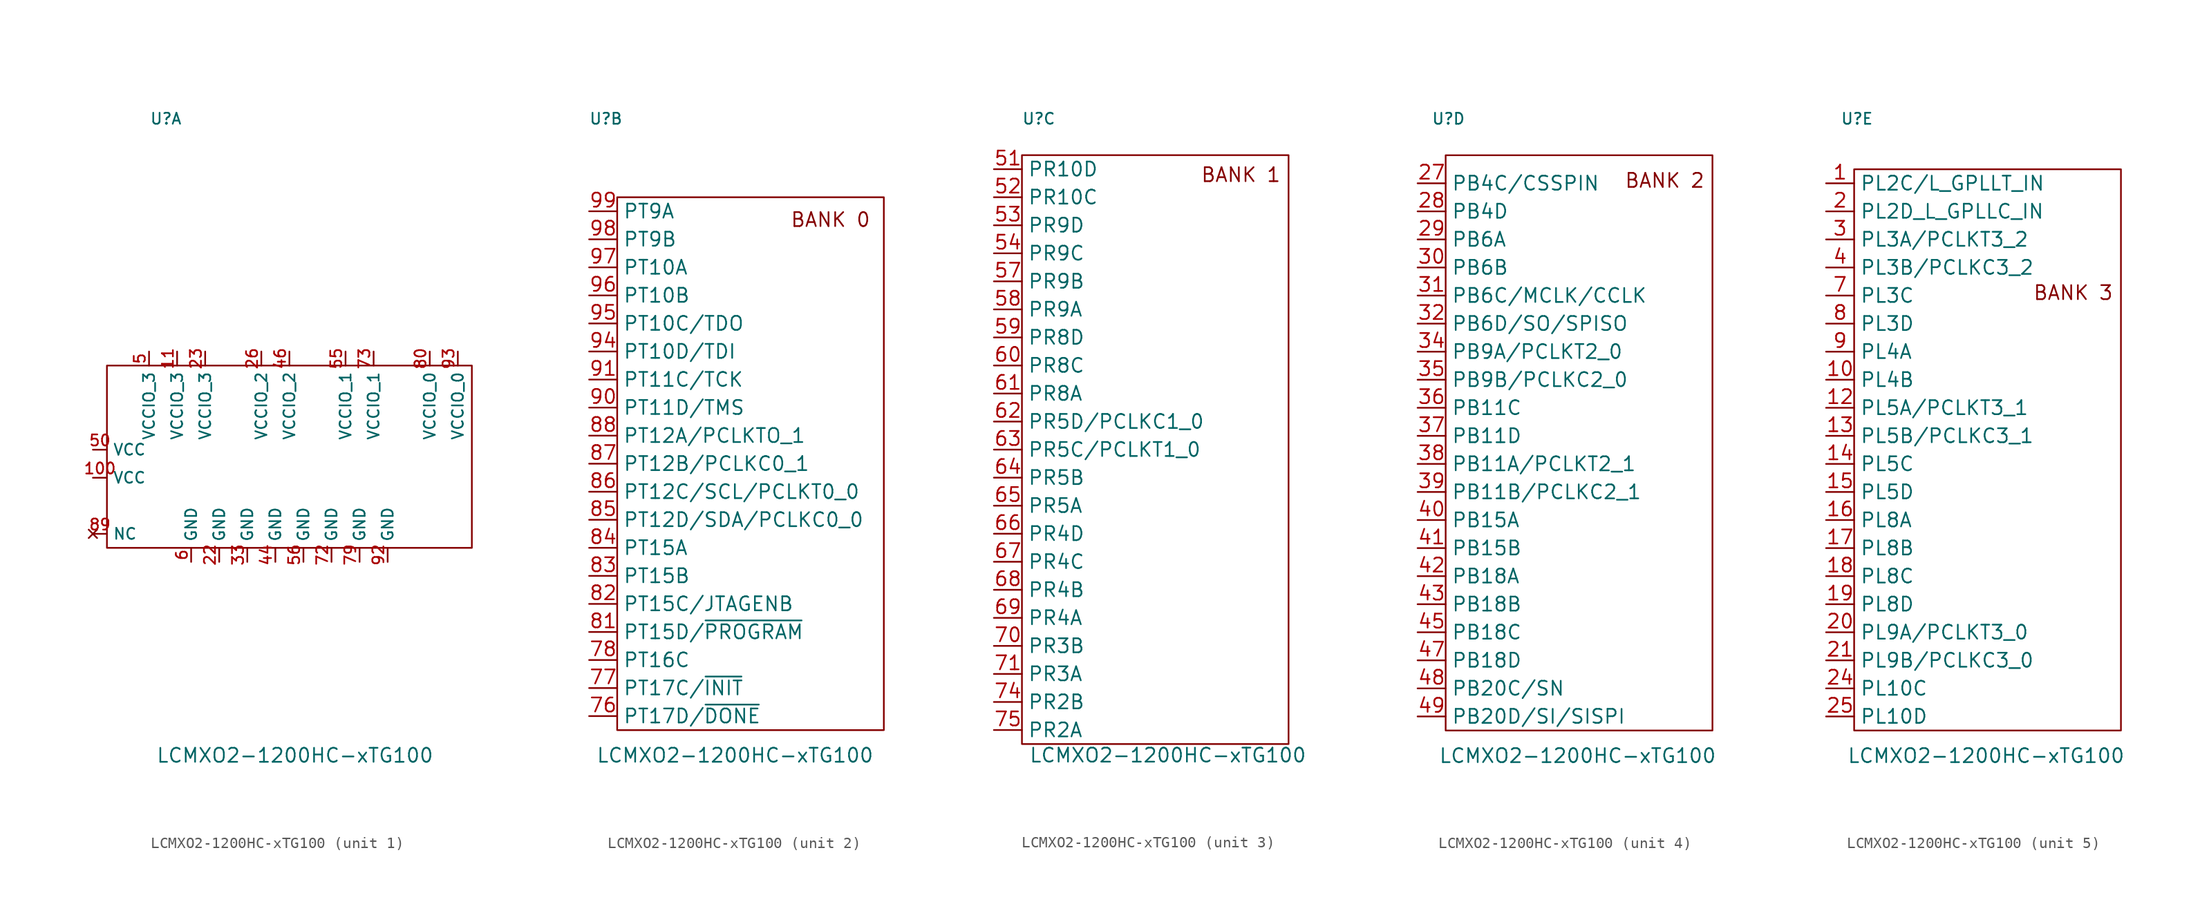
<source format=kicad_sym>
(kicad_symbol_lib
  (version 20241209)
  (generator "kicad_symbol_editor")
  (generator_version "9.0")
  (symbol "LCMXO2-1200HC-xTG100"
    (property "Reference" "U"
      (at -11.176 29.972 0)
      (effects (font (size 1 1))))
    (property "Value" "LCMXO2-1200HC-xTG100"
      (at 0.508 -27.686 0)
      (effects (font (size 1.27 1.27))))
    (property "ki_locked" ""
      (at 0 0 0)
      (effects (font (size 1.27 1.27))))
    (symbol "LCMXO2-1200HC-xTG100_1_1"
      (rectangle (start -16.51 7.62) (end 16.51 -8.89) (stroke (width 0) (type default)) (fill (type none)))
      (pin power_in line (at -17.78 0 0) (length 1.27) (name "VCC" (effects (font (size 1 1)))) (number "50" (effects (font (size 1 1)))))
      (pin power_in line (at -17.78 -2.54 0) (length 1.27) (name "VCC" (effects (font (size 1 1)))) (number "100" (effects (font (size 1 1)))))
      (pin no_connect line (at -17.78 -7.62 0) (length 1.27) (name "NC" (effects (font (size 1 1)))) (number "89" (effects (font (size 1 1)))))
      (pin power_in line (at -12.7 8.89 270) (length 1.27) (name "VCCIO_3" (effects (font (size 1 1)))) (number "5" (effects (font (size 1 1)))))
      (pin power_in line (at -10.16 8.89 270) (length 1.27) (name "VCCIO_3" (effects (font (size 1 1)))) (number "11" (effects (font (size 1 1)))))
      (pin power_in line (at -8.89 -10.16 90) (length 1.27) (name "GND" (effects (font (size 1 1)))) (number "6" (effects (font (size 1 1)))))
      (pin power_in line (at -7.62 8.89 270) (length 1.27) (name "VCCIO_3" (effects (font (size 1 1)))) (number "23" (effects (font (size 1 1)))))
      (pin power_in line (at -6.35 -10.16 90) (length 1.27) (name "GND" (effects (font (size 1 1)))) (number "22" (effects (font (size 1 1)))))
      (pin power_in line (at -3.81 -10.16 90) (length 1.27) (name "GND" (effects (font (size 1 1)))) (number "33" (effects (font (size 1 1)))))
      (pin power_in line (at -2.54 8.89 270) (length 1.27) (name "VCCIO_2" (effects (font (size 1 1)))) (number "26" (effects (font (size 1 1)))))
      (pin power_in line (at -1.27 -10.16 90) (length 1.27) (name "GND" (effects (font (size 1 1)))) (number "44" (effects (font (size 1 1)))))
      (pin power_in line (at 0 8.89 270) (length 1.27) (name "VCCIO_2" (effects (font (size 1 1)))) (number "46" (effects (font (size 1 1)))))
      (pin power_in line (at 1.27 -10.16 90) (length 1.27) (name "GND" (effects (font (size 1 1)))) (number "56" (effects (font (size 1 1)))))
      (pin power_in line (at 3.81 -10.16 90) (length 1.27) (name "GND" (effects (font (size 1 1)))) (number "72" (effects (font (size 1 1)))))
      (pin power_in line (at 5.08 8.89 270) (length 1.27) (name "VCCIO_1" (effects (font (size 1 1)))) (number "55" (effects (font (size 1 1)))))
      (pin power_in line (at 6.35 -10.16 90) (length 1.27) (name "GND" (effects (font (size 1 1)))) (number "79" (effects (font (size 1 1)))))
      (pin power_in line (at 7.62 8.89 270) (length 1.27) (name "VCCIO_1" (effects (font (size 1 1)))) (number "73" (effects (font (size 1 1)))))
      (pin power_in line (at 8.89 -10.16 90) (length 1.27) (name "GND" (effects (font (size 1 1)))) (number "92" (effects (font (size 1 1)))))
      (pin power_in line (at 12.7 8.89 270) (length 1.27) (name "VCCIO_0" (effects (font (size 1 1)))) (number "80" (effects (font (size 1 1)))))
      (pin power_in line (at 15.24 8.89 270) (length 1.27) (name "VCCIO_0" (effects (font (size 1 1)))) (number "93" (effects (font (size 1 1))))))
    (symbol "LCMXO2-1200HC-xTG100_2_1"
      (rectangle (start -10.16 22.86) (end 13.97 -25.4) (stroke (width 0) (type default)) (fill (type none)))
      (text "BANK 0" (at 9.144 20.828 0) (effects (font (size 1.27 1.27))))
      (pin bidirectional line (at -12.7 21.59 0) (length 2.54) (name "PT9A" (effects (font (size 1.27 1.27)))) (number "99" (effects (font (size 1.27 1.27)))))
      (pin bidirectional line (at -12.7 19.05 0) (length 2.54) (name "PT9B" (effects (font (size 1.27 1.27)))) (number "98" (effects (font (size 1.27 1.27)))))
      (pin bidirectional line (at -12.7 16.51 0) (length 2.54) (name "PT10A" (effects (font (size 1.27 1.27)))) (number "97" (effects (font (size 1.27 1.27)))))
      (pin bidirectional line (at -12.7 13.97 0) (length 2.54) (name "PT10B" (effects (font (size 1.27 1.27)))) (number "96" (effects (font (size 1.27 1.27)))))
      (pin bidirectional line (at -12.7 11.43 0) (length 2.54) (name "PT10C/TDO" (effects (font (size 1.27 1.27)))) (number "95" (effects (font (size 1.27 1.27)))))
      (pin bidirectional line (at -12.7 8.89 0) (length 2.54) (name "PT10D/TDI" (effects (font (size 1.27 1.27)))) (number "94" (effects (font (size 1.27 1.27)))))
      (pin bidirectional line (at -12.7 6.35 0) (length 2.54) (name "PT11C/TCK" (effects (font (size 1.27 1.27)))) (number "91" (effects (font (size 1.27 1.27)))))
      (pin bidirectional line (at -12.7 3.81 0) (length 2.54) (name "PT11D/TMS" (effects (font (size 1.27 1.27)))) (number "90" (effects (font (size 1.27 1.27)))))
      (pin bidirectional line (at -12.7 1.27 0) (length 2.54) (name "PT12A/PCLKTO_1" (effects (font (size 1.27 1.27)))) (number "88" (effects (font (size 1.27 1.27)))))
      (pin bidirectional line (at -12.7 -1.27 0) (length 2.54) (name "PT12B/PCLKC0_1" (effects (font (size 1.27 1.27)))) (number "87" (effects (font (size 1.27 1.27)))))
      (pin bidirectional line (at -12.7 -3.81 0) (length 2.54) (name "PT12C/SCL/PCLKT0_0" (effects (font (size 1.27 1.27)))) (number "86" (effects (font (size 1.27 1.27)))))
      (pin bidirectional line (at -12.7 -6.35 0) (length 2.54) (name "PT12D/SDA/PCLKC0_0" (effects (font (size 1.27 1.27)))) (number "85" (effects (font (size 1.27 1.27)))))
      (pin bidirectional line (at -12.7 -8.89 0) (length 2.54) (name "PT15A" (effects (font (size 1.27 1.27)))) (number "84" (effects (font (size 1.27 1.27)))))
      (pin bidirectional line (at -12.7 -11.43 0) (length 2.54) (name "PT15B" (effects (font (size 1.27 1.27)))) (number "83" (effects (font (size 1.27 1.27)))))
      (pin bidirectional line (at -12.7 -13.97 0) (length 2.54) (name "PT15C/JTAGENB" (effects (font (size 1.27 1.27)))) (number "82" (effects (font (size 1.27 1.27)))))
      (pin bidirectional line (at -12.7 -16.51 0) (length 2.54) (name "PT15D/~{PROGRAM}" (effects (font (size 1.27 1.27)))) (number "81" (effects (font (size 1.27 1.27)))))
      (pin bidirectional line (at -12.7 -19.05 0) (length 2.54) (name "PT16C" (effects (font (size 1.27 1.27)))) (number "78" (effects (font (size 1.27 1.27)))))
      (pin bidirectional line (at -12.7 -21.59 0) (length 2.54) (name "PT17C/~{INIT}" (effects (font (size 1.27 1.27)))) (number "77" (effects (font (size 1.27 1.27)))))
      (pin bidirectional line (at -12.7 -24.13 0) (length 2.54) (name "PT17D/~{DONE}" (effects (font (size 1.27 1.27)))) (number "76" (effects (font (size 1.27 1.27))))))
    (symbol "LCMXO2-1200HC-xTG100_3_1"
      (rectangle (start -12.7 26.67) (end 11.43 -26.67) (stroke (width 0) (type default)) (fill (type none)))
      (text "BANK 1" (at 7.112 24.892 0) (effects (font (size 1.27 1.27))))
      (pin bidirectional line (at -15.24 25.4 0) (length 2.54) (name "PR10D" (effects (font (size 1.27 1.27)))) (number "51" (effects (font (size 1.27 1.27)))))
      (pin bidirectional line (at -15.24 22.86 0) (length 2.54) (name "PR10C" (effects (font (size 1.27 1.27)))) (number "52" (effects (font (size 1.27 1.27)))))
      (pin bidirectional line (at -15.24 20.32 0) (length 2.54) (name "PR9D" (effects (font (size 1.27 1.27)))) (number "53" (effects (font (size 1.27 1.27)))))
      (pin bidirectional line (at -15.24 17.78 0) (length 2.54) (name "PR9C" (effects (font (size 1.27 1.27)))) (number "54" (effects (font (size 1.27 1.27)))))
      (pin bidirectional line (at -15.24 15.24 0) (length 2.54) (name "PR9B" (effects (font (size 1.27 1.27)))) (number "57" (effects (font (size 1.27 1.27)))))
      (pin bidirectional line (at -15.24 12.7 0) (length 2.54) (name "PR9A" (effects (font (size 1.27 1.27)))) (number "58" (effects (font (size 1.27 1.27)))))
      (pin bidirectional line (at -15.24 10.16 0) (length 2.54) (name "PR8D" (effects (font (size 1.27 1.27)))) (number "59" (effects (font (size 1.27 1.27)))))
      (pin bidirectional line (at -15.24 7.62 0) (length 2.54) (name "PR8C" (effects (font (size 1.27 1.27)))) (number "60" (effects (font (size 1.27 1.27)))))
      (pin bidirectional line (at -15.24 5.08 0) (length 2.54) (name "PR8A" (effects (font (size 1.27 1.27)))) (number "61" (effects (font (size 1.27 1.27)))))
      (pin bidirectional line (at -15.24 2.54 0) (length 2.54) (name "PR5D/PCLKC1_0" (effects (font (size 1.27 1.27)))) (number "62" (effects (font (size 1.27 1.27)))))
      (pin bidirectional line (at -15.24 0 0) (length 2.54) (name "PR5C/PCLKT1_0" (effects (font (size 1.27 1.27)))) (number "63" (effects (font (size 1.27 1.27)))))
      (pin bidirectional line (at -15.24 -2.54 0) (length 2.54) (name "PR5B" (effects (font (size 1.27 1.27)))) (number "64" (effects (font (size 1.27 1.27)))))
      (pin bidirectional line (at -15.24 -5.08 0) (length 2.54) (name "PR5A" (effects (font (size 1.27 1.27)))) (number "65" (effects (font (size 1.27 1.27)))))
      (pin bidirectional line (at -15.24 -7.62 0) (length 2.54) (name "PR4D" (effects (font (size 1.27 1.27)))) (number "66" (effects (font (size 1.27 1.27)))))
      (pin bidirectional line (at -15.24 -10.16 0) (length 2.54) (name "PR4C" (effects (font (size 1.27 1.27)))) (number "67" (effects (font (size 1.27 1.27)))))
      (pin bidirectional line (at -15.24 -12.7 0) (length 2.54) (name "PR4B" (effects (font (size 1.27 1.27)))) (number "68" (effects (font (size 1.27 1.27)))))
      (pin bidirectional line (at -15.24 -15.24 0) (length 2.54) (name "PR4A" (effects (font (size 1.27 1.27)))) (number "69" (effects (font (size 1.27 1.27)))))
      (pin bidirectional line (at -15.24 -17.78 0) (length 2.54) (name "PR3B" (effects (font (size 1.27 1.27)))) (number "70" (effects (font (size 1.27 1.27)))))
      (pin bidirectional line (at -15.24 -20.32 0) (length 2.54) (name "PR3A" (effects (font (size 1.27 1.27)))) (number "71" (effects (font (size 1.27 1.27)))))
      (pin bidirectional line (at -15.24 -22.86 0) (length 2.54) (name "PR2B" (effects (font (size 1.27 1.27)))) (number "74" (effects (font (size 1.27 1.27)))))
      (pin bidirectional line (at -15.24 -25.4 0) (length 2.54) (name "PR2A" (effects (font (size 1.27 1.27)))) (number "75" (effects (font (size 1.27 1.27))))))
    (symbol "LCMXO2-1200HC-xTG100_4_1"
      (rectangle (start -11.43 26.67) (end 12.7 -25.4) (stroke (width 0) (type default)) (fill (type none)))
      (text "BANK 2\n" (at 8.382 24.384 0) (effects (font (size 1.27 1.27))))
      (pin bidirectional line (at -13.97 24.13 0) (length 2.54) (name "PB4C/CSSPIN" (effects (font (size 1.27 1.27)))) (number "27" (effects (font (size 1.27 1.27)))))
      (pin bidirectional line (at -13.97 21.59 0) (length 2.54) (name "PB4D" (effects (font (size 1.27 1.27)))) (number "28" (effects (font (size 1.27 1.27)))))
      (pin bidirectional line (at -13.97 19.05 0) (length 2.54) (name "PB6A" (effects (font (size 1.27 1.27)))) (number "29" (effects (font (size 1.27 1.27)))))
      (pin bidirectional line (at -13.97 16.51 0) (length 2.54) (name "PB6B" (effects (font (size 1.27 1.27)))) (number "30" (effects (font (size 1.27 1.27)))))
      (pin bidirectional line (at -13.97 13.97 0) (length 2.54) (name "PB6C/MCLK/CCLK" (effects (font (size 1.27 1.27)))) (number "31" (effects (font (size 1.27 1.27)))))
      (pin bidirectional line (at -13.97 11.43 0) (length 2.54) (name "PB6D/SO/SPISO" (effects (font (size 1.27 1.27)))) (number "32" (effects (font (size 1.27 1.27)))))
      (pin bidirectional line (at -13.97 8.89 0) (length 2.54) (name "PB9A/PCLKT2_0" (effects (font (size 1.27 1.27)))) (number "34" (effects (font (size 1.27 1.27)))))
      (pin bidirectional line (at -13.97 6.35 0) (length 2.54) (name "PB9B/PCLKC2_0" (effects (font (size 1.27 1.27)))) (number "35" (effects (font (size 1.27 1.27)))))
      (pin bidirectional line (at -13.97 3.81 0) (length 2.54) (name "PB11C" (effects (font (size 1.27 1.27)))) (number "36" (effects (font (size 1.27 1.27)))))
      (pin bidirectional line (at -13.97 1.27 0) (length 2.54) (name "PB11D" (effects (font (size 1.27 1.27)))) (number "37" (effects (font (size 1.27 1.27)))))
      (pin bidirectional line (at -13.97 -1.27 0) (length 2.54) (name "PB11A/PCLKT2_1" (effects (font (size 1.27 1.27)))) (number "38" (effects (font (size 1.27 1.27)))))
      (pin bidirectional line (at -13.97 -3.81 0) (length 2.54) (name "PB11B/PCLKC2_1" (effects (font (size 1.27 1.27)))) (number "39" (effects (font (size 1.27 1.27)))))
      (pin bidirectional line (at -13.97 -6.35 0) (length 2.54) (name "PB15A" (effects (font (size 1.27 1.27)))) (number "40" (effects (font (size 1.27 1.27)))))
      (pin bidirectional line (at -13.97 -8.89 0) (length 2.54) (name "PB15B" (effects (font (size 1.27 1.27)))) (number "41" (effects (font (size 1.27 1.27)))))
      (pin bidirectional line (at -13.97 -11.43 0) (length 2.54) (name "PB18A" (effects (font (size 1.27 1.27)))) (number "42" (effects (font (size 1.27 1.27)))))
      (pin bidirectional line (at -13.97 -13.97 0) (length 2.54) (name "PB18B" (effects (font (size 1.27 1.27)))) (number "43" (effects (font (size 1.27 1.27)))))
      (pin bidirectional line (at -13.97 -16.51 0) (length 2.54) (name "PB18C" (effects (font (size 1.27 1.27)))) (number "45" (effects (font (size 1.27 1.27)))))
      (pin bidirectional line (at -13.97 -19.05 0) (length 2.54) (name "PB18D" (effects (font (size 1.27 1.27)))) (number "47" (effects (font (size 1.27 1.27)))))
      (pin bidirectional line (at -13.97 -21.59 0) (length 2.54) (name "PB20C/SN" (effects (font (size 1.27 1.27)))) (number "48" (effects (font (size 1.27 1.27)))))
      (pin bidirectional line (at -13.97 -24.13 0) (length 2.54) (name "PB20D/SI/SISPI" (effects (font (size 1.27 1.27)))) (number "49" (effects (font (size 1.27 1.27))))))
    (symbol "LCMXO2-1200HC-xTG100_5_1"
      (rectangle (start -11.43 25.4) (end 12.7 -25.4) (stroke (width 0) (type default)) (fill (type none)))
      (text "BANK 3\n" (at 8.382 14.224 0) (effects (font (size 1.27 1.27))))
      (pin bidirectional line (at -13.97 24.13 0) (length 2.54) (name "PL2C/L_GPLLT_IN" (effects (font (size 1.27 1.27)))) (number "1" (effects (font (size 1.27 1.27)))))
      (pin bidirectional line (at -13.97 21.59 0) (length 2.54) (name "PL2D_L_GPLLC_IN" (effects (font (size 1.27 1.27)))) (number "2" (effects (font (size 1.27 1.27)))))
      (pin bidirectional line (at -13.97 19.05 0) (length 2.54) (name "PL3A/PCLKT3_2" (effects (font (size 1.27 1.27)))) (number "3" (effects (font (size 1.27 1.27)))))
      (pin bidirectional line (at -13.97 16.51 0) (length 2.54) (name "PL3B/PCLKC3_2" (effects (font (size 1.27 1.27)))) (number "4" (effects (font (size 1.27 1.27)))))
      (pin bidirectional line (at -13.97 13.97 0) (length 2.54) (name "PL3C" (effects (font (size 1.27 1.27)))) (number "7" (effects (font (size 1.27 1.27)))))
      (pin bidirectional line (at -13.97 11.43 0) (length 2.54) (name "PL3D" (effects (font (size 1.27 1.27)))) (number "8" (effects (font (size 1.27 1.27)))))
      (pin bidirectional line (at -13.97 8.89 0) (length 2.54) (name "PL4A" (effects (font (size 1.27 1.27)))) (number "9" (effects (font (size 1.27 1.27)))))
      (pin bidirectional line (at -13.97 6.35 0) (length 2.54) (name "PL4B" (effects (font (size 1.27 1.27)))) (number "10" (effects (font (size 1.27 1.27)))))
      (pin bidirectional line (at -13.97 3.81 0) (length 2.54) (name "PL5A/PCLKT3_1" (effects (font (size 1.27 1.27)))) (number "12" (effects (font (size 1.27 1.27)))))
      (pin bidirectional line (at -13.97 1.27 0) (length 2.54) (name "PL5B/PCLKC3_1" (effects (font (size 1.27 1.27)))) (number "13" (effects (font (size 1.27 1.27)))))
      (pin bidirectional line (at -13.97 -1.27 0) (length 2.54) (name "PL5C" (effects (font (size 1.27 1.27)))) (number "14" (effects (font (size 1.27 1.27)))))
      (pin bidirectional line (at -13.97 -3.81 0) (length 2.54) (name "PL5D" (effects (font (size 1.27 1.27)))) (number "15" (effects (font (size 1.27 1.27)))))
      (pin bidirectional line (at -13.97 -6.35 0) (length 2.54) (name "PL8A" (effects (font (size 1.27 1.27)))) (number "16" (effects (font (size 1.27 1.27)))))
      (pin bidirectional line (at -13.97 -8.89 0) (length 2.54) (name "PL8B" (effects (font (size 1.27 1.27)))) (number "17" (effects (font (size 1.27 1.27)))))
      (pin bidirectional line (at -13.97 -11.43 0) (length 2.54) (name "PL8C" (effects (font (size 1.27 1.27)))) (number "18" (effects (font (size 1.27 1.27)))))
      (pin bidirectional line (at -13.97 -13.97 0) (length 2.54) (name "PL8D" (effects (font (size 1.27 1.27)))) (number "19" (effects (font (size 1.27 1.27)))))
      (pin bidirectional line (at -13.97 -16.51 0) (length 2.54) (name "PL9A/PCLKT3_0" (effects (font (size 1.27 1.27)))) (number "20" (effects (font (size 1.27 1.27)))))
      (pin bidirectional line (at -13.97 -19.05 0) (length 2.54) (name "PL9B/PCLKC3_0" (effects (font (size 1.27 1.27)))) (number "21" (effects (font (size 1.27 1.27)))))
      (pin bidirectional line (at -13.97 -21.59 0) (length 2.54) (name "PL10C" (effects (font (size 1.27 1.27)))) (number "24" (effects (font (size 1.27 1.27)))))
      (pin bidirectional line (at -13.97 -24.13 0) (length 2.54) (name "PL10D" (effects (font (size 1.27 1.27)))) (number "25" (effects (font (size 1.27 1.27))))))))
</source>
